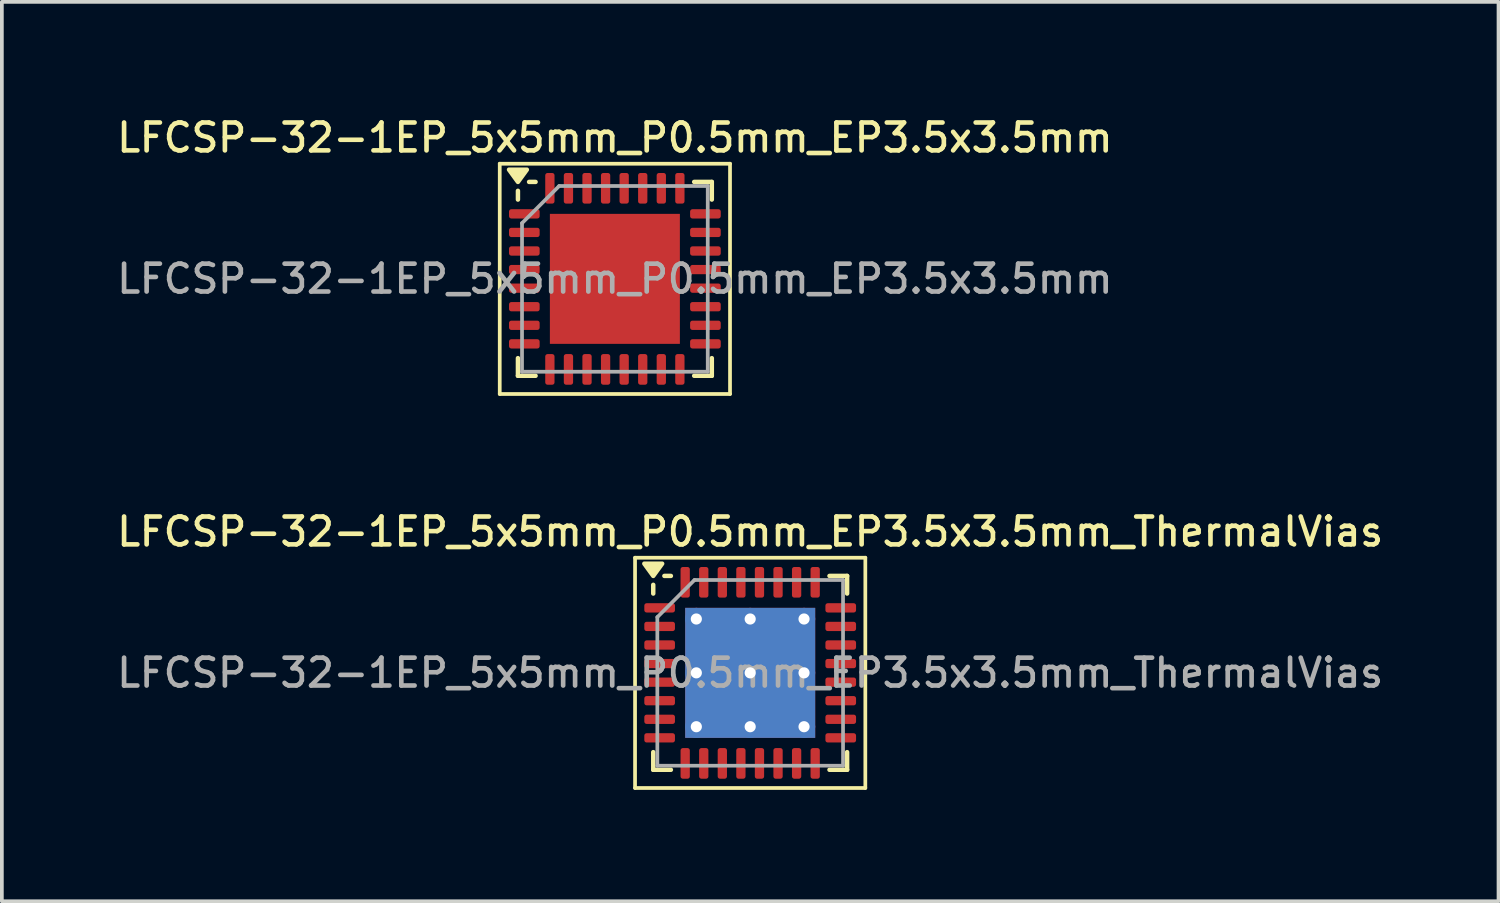
<source format=kicad_pcb>
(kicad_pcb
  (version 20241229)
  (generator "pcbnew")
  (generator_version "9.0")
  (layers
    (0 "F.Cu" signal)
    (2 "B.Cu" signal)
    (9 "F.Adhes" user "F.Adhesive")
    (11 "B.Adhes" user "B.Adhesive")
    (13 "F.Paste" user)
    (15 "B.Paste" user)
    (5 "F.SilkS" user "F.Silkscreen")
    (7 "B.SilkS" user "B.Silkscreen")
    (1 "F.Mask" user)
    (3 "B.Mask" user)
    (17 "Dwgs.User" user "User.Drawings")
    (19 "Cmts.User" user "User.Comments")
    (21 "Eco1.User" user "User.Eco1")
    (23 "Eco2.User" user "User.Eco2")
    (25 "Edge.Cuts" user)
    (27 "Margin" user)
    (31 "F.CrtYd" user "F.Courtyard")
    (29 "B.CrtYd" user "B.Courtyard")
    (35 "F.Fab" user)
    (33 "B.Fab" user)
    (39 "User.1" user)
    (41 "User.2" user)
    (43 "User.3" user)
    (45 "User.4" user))
  (footprint "LFCSP-32-1EP_5x5mm_P0.5mm_EP3.5x3.5mm_ThermalVias"
    (layer "F.Cu")
    (at 17.148 15.066)
    (property "Reference" "LFCSP-32-1EP_5x5mm_P0.5mm_EP3.5x3.5mm_ThermalVias" (at 0 -3.8 0) (layer "F.SilkS") (effects (font (size 0.75 0.75) (thickness 0.125))))
    (attr smd)
    (fp_line (start -3.1 -3.1) (end -3.1 3.1) (stroke (width 0.1) (type solid)) (layer "F.SilkS"))
    (fp_line (start -3.1 3.1) (end 3.1 3.1) (stroke (width 0.1) (type solid)) (layer "F.SilkS"))
    (fp_line (start -2.61 -2.135) (end -2.61 -2.37) (stroke (width 0.12) (type solid)) (layer "F.SilkS"))
    (fp_line (start -2.61 2.61) (end -2.61 2.135) (stroke (width 0.12) (type solid)) (layer "F.SilkS"))
    (fp_line (start -2.135 -2.61) (end -2.31 -2.61) (stroke (width 0.12) (type solid)) (layer "F.SilkS"))
    (fp_line (start -2.135 2.61) (end -2.61 2.61) (stroke (width 0.12) (type solid)) (layer "F.SilkS"))
    (fp_line (start 2.135 -2.61) (end 2.61 -2.61) (stroke (width 0.12) (type solid)) (layer "F.SilkS"))
    (fp_line (start 2.135 2.61) (end 2.61 2.61) (stroke (width 0.12) (type solid)) (layer "F.SilkS"))
    (fp_line (start 2.61 -2.61) (end 2.61 -2.135) (stroke (width 0.12) (type solid)) (layer "F.SilkS"))
    (fp_line (start 2.61 2.61) (end 2.61 2.135) (stroke (width 0.12) (type solid)) (layer "F.SilkS"))
    (fp_line (start 3.1 -3.1) (end -3.1 -3.1) (stroke (width 0.1) (type solid)) (layer "F.SilkS"))
    (fp_line (start 3.1 3.1) (end 3.1 -3.1) (stroke (width 0.1) (type solid)) (layer "F.SilkS"))
    (fp_poly (pts (xy -2.61 -2.61) (xy -2.85 -2.94) (xy -2.37 -2.94) (xy -2.61 -2.61)) (stroke (width 0.12) (type solid)) (fill yes) (layer "F.SilkS"))
    (fp_line (start -2.5 -1.5) (end -1.5 -2.5) (stroke (width 0.1) (type solid)) (layer "F.Fab"))
    (fp_line (start -2.5 2.5) (end -2.5 -1.5) (stroke (width 0.1) (type solid)) (layer "F.Fab"))
    (fp_line (start -1.5 -2.5) (end 2.5 -2.5) (stroke (width 0.1) (type solid)) (layer "F.Fab"))
    (fp_line (start 2.5 -2.5) (end 2.5 2.5) (stroke (width 0.1) (type solid)) (layer "F.Fab"))
    (fp_line (start 2.5 2.5) (end -2.5 2.5) (stroke (width 0.1) (type solid)) (layer "F.Fab"))
    (fp_text user "${REFERENCE}" (at 0 0 0) (layer "F.Fab") (effects (font (size 0.75 0.75) (thickness 0.125))))
    (pad "" smd roundrect (at -0.875 -0.875) (size 1.46 1.46) (layers "F.Paste") (roundrect_rratio 0.171))
    (pad "" smd roundrect (at -0.875 0.875) (size 1.46 1.46) (layers "F.Paste") (roundrect_rratio 0.171))
    (pad "" smd roundrect (at 0.875 -0.875) (size 1.46 1.46) (layers "F.Paste") (roundrect_rratio 0.171))
    (pad "" smd roundrect (at 0.875 0.875) (size 1.46 1.46) (layers "F.Paste") (roundrect_rratio 0.171))
    (pad "1" smd roundrect (at -2.438 -1.75) (size 0.825 0.25) (layers "F.Cu" "F.Mask" "F.Paste") (roundrect_rratio 0.25))
    (pad "2" smd roundrect (at -2.438 -1.25) (size 0.825 0.25) (layers "F.Cu" "F.Mask" "F.Paste") (roundrect_rratio 0.25))
    (pad "3" smd roundrect (at -2.438 -0.75) (size 0.825 0.25) (layers "F.Cu" "F.Mask" "F.Paste") (roundrect_rratio 0.25))
    (pad "4" smd roundrect (at -2.438 -0.25) (size 0.825 0.25) (layers "F.Cu" "F.Mask" "F.Paste") (roundrect_rratio 0.25))
    (pad "5" smd roundrect (at -2.438 0.25) (size 0.825 0.25) (layers "F.Cu" "F.Mask" "F.Paste") (roundrect_rratio 0.25))
    (pad "6" smd roundrect (at -2.438 0.75) (size 0.825 0.25) (layers "F.Cu" "F.Mask" "F.Paste") (roundrect_rratio 0.25))
    (pad "7" smd roundrect (at -2.438 1.25) (size 0.825 0.25) (layers "F.Cu" "F.Mask" "F.Paste") (roundrect_rratio 0.25))
    (pad "8" smd roundrect (at -2.438 1.75) (size 0.825 0.25) (layers "F.Cu" "F.Mask" "F.Paste") (roundrect_rratio 0.25))
    (pad "9" smd roundrect (at -1.75 2.438) (size 0.25 0.825) (layers "F.Cu" "F.Mask" "F.Paste") (roundrect_rratio 0.25))
    (pad "10" smd roundrect (at -1.25 2.438) (size 0.25 0.825) (layers "F.Cu" "F.Mask" "F.Paste") (roundrect_rratio 0.25))
    (pad "11" smd roundrect (at -0.75 2.438) (size 0.25 0.825) (layers "F.Cu" "F.Mask" "F.Paste") (roundrect_rratio 0.25))
    (pad "12" smd roundrect (at -0.25 2.438) (size 0.25 0.825) (layers "F.Cu" "F.Mask" "F.Paste") (roundrect_rratio 0.25))
    (pad "13" smd roundrect (at 0.25 2.438) (size 0.25 0.825) (layers "F.Cu" "F.Mask" "F.Paste") (roundrect_rratio 0.25))
    (pad "14" smd roundrect (at 0.75 2.438) (size 0.25 0.825) (layers "F.Cu" "F.Mask" "F.Paste") (roundrect_rratio 0.25))
    (pad "15" smd roundrect (at 1.25 2.438) (size 0.25 0.825) (layers "F.Cu" "F.Mask" "F.Paste") (roundrect_rratio 0.25))
    (pad "16" smd roundrect (at 1.75 2.438) (size 0.25 0.825) (layers "F.Cu" "F.Mask" "F.Paste") (roundrect_rratio 0.25))
    (pad "17" smd roundrect (at 2.438 1.75) (size 0.825 0.25) (layers "F.Cu" "F.Mask" "F.Paste") (roundrect_rratio 0.25))
    (pad "18" smd roundrect (at 2.438 1.25) (size 0.825 0.25) (layers "F.Cu" "F.Mask" "F.Paste") (roundrect_rratio 0.25))
    (pad "19" smd roundrect (at 2.438 0.75) (size 0.825 0.25) (layers "F.Cu" "F.Mask" "F.Paste") (roundrect_rratio 0.25))
    (pad "20" smd roundrect (at 2.438 0.25) (size 0.825 0.25) (layers "F.Cu" "F.Mask" "F.Paste") (roundrect_rratio 0.25))
    (pad "21" smd roundrect (at 2.438 -0.25) (size 0.825 0.25) (layers "F.Cu" "F.Mask" "F.Paste") (roundrect_rratio 0.25))
    (pad "22" smd roundrect (at 2.438 -0.75) (size 0.825 0.25) (layers "F.Cu" "F.Mask" "F.Paste") (roundrect_rratio 0.25))
    (pad "23" smd roundrect (at 2.438 -1.25) (size 0.825 0.25) (layers "F.Cu" "F.Mask" "F.Paste") (roundrect_rratio 0.25))
    (pad "24" smd roundrect (at 2.438 -1.75) (size 0.825 0.25) (layers "F.Cu" "F.Mask" "F.Paste") (roundrect_rratio 0.25))
    (pad "25" smd roundrect (at 1.75 -2.438) (size 0.25 0.825) (layers "F.Cu" "F.Mask" "F.Paste") (roundrect_rratio 0.25))
    (pad "26" smd roundrect (at 1.25 -2.438) (size 0.25 0.825) (layers "F.Cu" "F.Mask" "F.Paste") (roundrect_rratio 0.25))
    (pad "27" smd roundrect (at 0.75 -2.438) (size 0.25 0.825) (layers "F.Cu" "F.Mask" "F.Paste") (roundrect_rratio 0.25))
    (pad "28" smd roundrect (at 0.25 -2.438) (size 0.25 0.825) (layers "F.Cu" "F.Mask" "F.Paste") (roundrect_rratio 0.25))
    (pad "29" smd roundrect (at -0.25 -2.438) (size 0.25 0.825) (layers "F.Cu" "F.Mask" "F.Paste") (roundrect_rratio 0.25))
    (pad "30" smd roundrect (at -0.75 -2.438) (size 0.25 0.825) (layers "F.Cu" "F.Mask" "F.Paste") (roundrect_rratio 0.25))
    (pad "31" smd roundrect (at -1.25 -2.438) (size 0.25 0.825) (layers "F.Cu" "F.Mask" "F.Paste") (roundrect_rratio 0.25))
    (pad "32" smd roundrect (at -1.75 -2.438) (size 0.25 0.825) (layers "F.Cu" "F.Mask" "F.Paste") (roundrect_rratio 0.25))
    (pad "33" thru_hole circle (at -1.45 -1.45) (size 0.6 0.6) (drill 0.3) (property pad_prop_heatsink) (layers "*.Cu"))
    (pad "33" thru_hole circle (at -1.45 0) (size 0.6 0.6) (drill 0.3) (property pad_prop_heatsink) (layers "*.Cu"))
    (pad "33" thru_hole circle (at -1.45 1.45) (size 0.6 0.6) (drill 0.3) (property pad_prop_heatsink) (layers "*.Cu"))
    (pad "33" thru_hole circle (at 0 -1.45) (size 0.6 0.6) (drill 0.3) (property pad_prop_heatsink) (layers "*.Cu"))
    (pad "33" thru_hole circle (at 0 0) (size 0.6 0.6) (drill 0.3) (property pad_prop_heatsink) (layers "*.Cu"))
    (pad "33" smd rect (at 0 0) (size 3.5 3.5) (property pad_prop_heatsink) (layers "F.Cu" "F.Mask"))
    (pad "33" smd rect (at 0 0) (size 3.5 3.5) (property pad_prop_heatsink) (layers "B.Cu"))
    (pad "33" thru_hole circle (at 0 1.45) (size 0.6 0.6) (drill 0.3) (property pad_prop_heatsink) (layers "*.Cu"))
    (pad "33" thru_hole circle (at 1.45 -1.45) (size 0.6 0.6) (drill 0.3) (property pad_prop_heatsink) (layers "*.Cu"))
    (pad "33" thru_hole circle (at 1.45 0) (size 0.6 0.6) (drill 0.3) (property pad_prop_heatsink) (layers "*.Cu"))
    (pad "33" thru_hole circle (at 1.45 1.45) (size 0.6 0.6) (drill 0.3) (property pad_prop_heatsink) (layers "*.Cu")))
  (footprint "LFCSP-32-1EP_5x5mm_P0.5mm_EP3.5x3.5mm"
    (layer "F.Cu")
    (at 13.505 4.458)
    (property "Reference" "LFCSP-32-1EP_5x5mm_P0.5mm_EP3.5x3.5mm" (at 0 -3.8 0) (layer "F.SilkS") (effects (font (size 0.75 0.75) (thickness 0.125))))
    (attr smd)
    (fp_line (start -3.1 -3.1) (end -3.1 3.1) (stroke (width 0.1) (type solid)) (layer "F.SilkS"))
    (fp_line (start -3.1 3.1) (end 3.1 3.1) (stroke (width 0.1) (type solid)) (layer "F.SilkS"))
    (fp_line (start -2.61 -2.135) (end -2.61 -2.37) (stroke (width 0.12) (type solid)) (layer "F.SilkS"))
    (fp_line (start -2.61 2.61) (end -2.61 2.135) (stroke (width 0.12) (type solid)) (layer "F.SilkS"))
    (fp_line (start -2.135 -2.61) (end -2.31 -2.61) (stroke (width 0.12) (type solid)) (layer "F.SilkS"))
    (fp_line (start -2.135 2.61) (end -2.61 2.61) (stroke (width 0.12) (type solid)) (layer "F.SilkS"))
    (fp_line (start 2.135 -2.61) (end 2.61 -2.61) (stroke (width 0.12) (type solid)) (layer "F.SilkS"))
    (fp_line (start 2.135 2.61) (end 2.61 2.61) (stroke (width 0.12) (type solid)) (layer "F.SilkS"))
    (fp_line (start 2.61 -2.61) (end 2.61 -2.135) (stroke (width 0.12) (type solid)) (layer "F.SilkS"))
    (fp_line (start 2.61 2.61) (end 2.61 2.135) (stroke (width 0.12) (type solid)) (layer "F.SilkS"))
    (fp_line (start 3.1 -3.1) (end -3.1 -3.1) (stroke (width 0.1) (type solid)) (layer "F.SilkS"))
    (fp_line (start 3.1 3.1) (end 3.1 -3.1) (stroke (width 0.1) (type solid)) (layer "F.SilkS"))
    (fp_poly (pts (xy -2.61 -2.61) (xy -2.85 -2.94) (xy -2.37 -2.94) (xy -2.61 -2.61)) (stroke (width 0.12) (type solid)) (fill yes) (layer "F.SilkS"))
    (fp_line (start -2.5 -1.5) (end -1.5 -2.5) (stroke (width 0.1) (type solid)) (layer "F.Fab"))
    (fp_line (start -2.5 2.5) (end -2.5 -1.5) (stroke (width 0.1) (type solid)) (layer "F.Fab"))
    (fp_line (start -1.5 -2.5) (end 2.5 -2.5) (stroke (width 0.1) (type solid)) (layer "F.Fab"))
    (fp_line (start 2.5 -2.5) (end 2.5 2.5) (stroke (width 0.1) (type solid)) (layer "F.Fab"))
    (fp_line (start 2.5 2.5) (end -2.5 2.5) (stroke (width 0.1) (type solid)) (layer "F.Fab"))
    (fp_text user "${REFERENCE}" (at 0 0 0) (layer "F.Fab") (effects (font (size 0.75 0.75) (thickness 0.125))))
    (pad "" smd roundrect (at -0.875 -0.875) (size 1.41 1.41) (layers "F.Paste") (roundrect_rratio 0.177))
    (pad "" smd roundrect (at -0.875 0.875) (size 1.41 1.41) (layers "F.Paste") (roundrect_rratio 0.177))
    (pad "" smd roundrect (at 0.875 -0.875) (size 1.41 1.41) (layers "F.Paste") (roundrect_rratio 0.177))
    (pad "" smd roundrect (at 0.875 0.875) (size 1.41 1.41) (layers "F.Paste") (roundrect_rratio 0.177))
    (pad "1" smd roundrect (at -2.438 -1.75) (size 0.825 0.25) (layers "F.Cu" "F.Mask" "F.Paste") (roundrect_rratio 0.25))
    (pad "2" smd roundrect (at -2.438 -1.25) (size 0.825 0.25) (layers "F.Cu" "F.Mask" "F.Paste") (roundrect_rratio 0.25))
    (pad "3" smd roundrect (at -2.438 -0.75) (size 0.825 0.25) (layers "F.Cu" "F.Mask" "F.Paste") (roundrect_rratio 0.25))
    (pad "4" smd roundrect (at -2.438 -0.25) (size 0.825 0.25) (layers "F.Cu" "F.Mask" "F.Paste") (roundrect_rratio 0.25))
    (pad "5" smd roundrect (at -2.438 0.25) (size 0.825 0.25) (layers "F.Cu" "F.Mask" "F.Paste") (roundrect_rratio 0.25))
    (pad "6" smd roundrect (at -2.438 0.75) (size 0.825 0.25) (layers "F.Cu" "F.Mask" "F.Paste") (roundrect_rratio 0.25))
    (pad "7" smd roundrect (at -2.438 1.25) (size 0.825 0.25) (layers "F.Cu" "F.Mask" "F.Paste") (roundrect_rratio 0.25))
    (pad "8" smd roundrect (at -2.438 1.75) (size 0.825 0.25) (layers "F.Cu" "F.Mask" "F.Paste") (roundrect_rratio 0.25))
    (pad "9" smd roundrect (at -1.75 2.438) (size 0.25 0.825) (layers "F.Cu" "F.Mask" "F.Paste") (roundrect_rratio 0.25))
    (pad "10" smd roundrect (at -1.25 2.438) (size 0.25 0.825) (layers "F.Cu" "F.Mask" "F.Paste") (roundrect_rratio 0.25))
    (pad "11" smd roundrect (at -0.75 2.438) (size 0.25 0.825) (layers "F.Cu" "F.Mask" "F.Paste") (roundrect_rratio 0.25))
    (pad "12" smd roundrect (at -0.25 2.438) (size 0.25 0.825) (layers "F.Cu" "F.Mask" "F.Paste") (roundrect_rratio 0.25))
    (pad "13" smd roundrect (at 0.25 2.438) (size 0.25 0.825) (layers "F.Cu" "F.Mask" "F.Paste") (roundrect_rratio 0.25))
    (pad "14" smd roundrect (at 0.75 2.438) (size 0.25 0.825) (layers "F.Cu" "F.Mask" "F.Paste") (roundrect_rratio 0.25))
    (pad "15" smd roundrect (at 1.25 2.438) (size 0.25 0.825) (layers "F.Cu" "F.Mask" "F.Paste") (roundrect_rratio 0.25))
    (pad "16" smd roundrect (at 1.75 2.438) (size 0.25 0.825) (layers "F.Cu" "F.Mask" "F.Paste") (roundrect_rratio 0.25))
    (pad "17" smd roundrect (at 2.438 1.75) (size 0.825 0.25) (layers "F.Cu" "F.Mask" "F.Paste") (roundrect_rratio 0.25))
    (pad "18" smd roundrect (at 2.438 1.25) (size 0.825 0.25) (layers "F.Cu" "F.Mask" "F.Paste") (roundrect_rratio 0.25))
    (pad "19" smd roundrect (at 2.438 0.75) (size 0.825 0.25) (layers "F.Cu" "F.Mask" "F.Paste") (roundrect_rratio 0.25))
    (pad "20" smd roundrect (at 2.438 0.25) (size 0.825 0.25) (layers "F.Cu" "F.Mask" "F.Paste") (roundrect_rratio 0.25))
    (pad "21" smd roundrect (at 2.438 -0.25) (size 0.825 0.25) (layers "F.Cu" "F.Mask" "F.Paste") (roundrect_rratio 0.25))
    (pad "22" smd roundrect (at 2.438 -0.75) (size 0.825 0.25) (layers "F.Cu" "F.Mask" "F.Paste") (roundrect_rratio 0.25))
    (pad "23" smd roundrect (at 2.438 -1.25) (size 0.825 0.25) (layers "F.Cu" "F.Mask" "F.Paste") (roundrect_rratio 0.25))
    (pad "24" smd roundrect (at 2.438 -1.75) (size 0.825 0.25) (layers "F.Cu" "F.Mask" "F.Paste") (roundrect_rratio 0.25))
    (pad "25" smd roundrect (at 1.75 -2.438) (size 0.25 0.825) (layers "F.Cu" "F.Mask" "F.Paste") (roundrect_rratio 0.25))
    (pad "26" smd roundrect (at 1.25 -2.438) (size 0.25 0.825) (layers "F.Cu" "F.Mask" "F.Paste") (roundrect_rratio 0.25))
    (pad "27" smd roundrect (at 0.75 -2.438) (size 0.25 0.825) (layers "F.Cu" "F.Mask" "F.Paste") (roundrect_rratio 0.25))
    (pad "28" smd roundrect (at 0.25 -2.438) (size 0.25 0.825) (layers "F.Cu" "F.Mask" "F.Paste") (roundrect_rratio 0.25))
    (pad "29" smd roundrect (at -0.25 -2.438) (size 0.25 0.825) (layers "F.Cu" "F.Mask" "F.Paste") (roundrect_rratio 0.25))
    (pad "30" smd roundrect (at -0.75 -2.438) (size 0.25 0.825) (layers "F.Cu" "F.Mask" "F.Paste") (roundrect_rratio 0.25))
    (pad "31" smd roundrect (at -1.25 -2.438) (size 0.25 0.825) (layers "F.Cu" "F.Mask" "F.Paste") (roundrect_rratio 0.25))
    (pad "32" smd roundrect (at -1.75 -2.438) (size 0.25 0.825) (layers "F.Cu" "F.Mask" "F.Paste") (roundrect_rratio 0.25))
    (pad "33" smd rect (at 0 0) (size 3.5 3.5) (property pad_prop_heatsink) (layers "F.Cu" "F.Mask")))
  (gr_rect
    (start -3 -3)
    (end 37.296 21.216)
    (stroke (width 0.1) (type default))
    (fill no)
    (layer "Edge.Cuts")))
</source>
